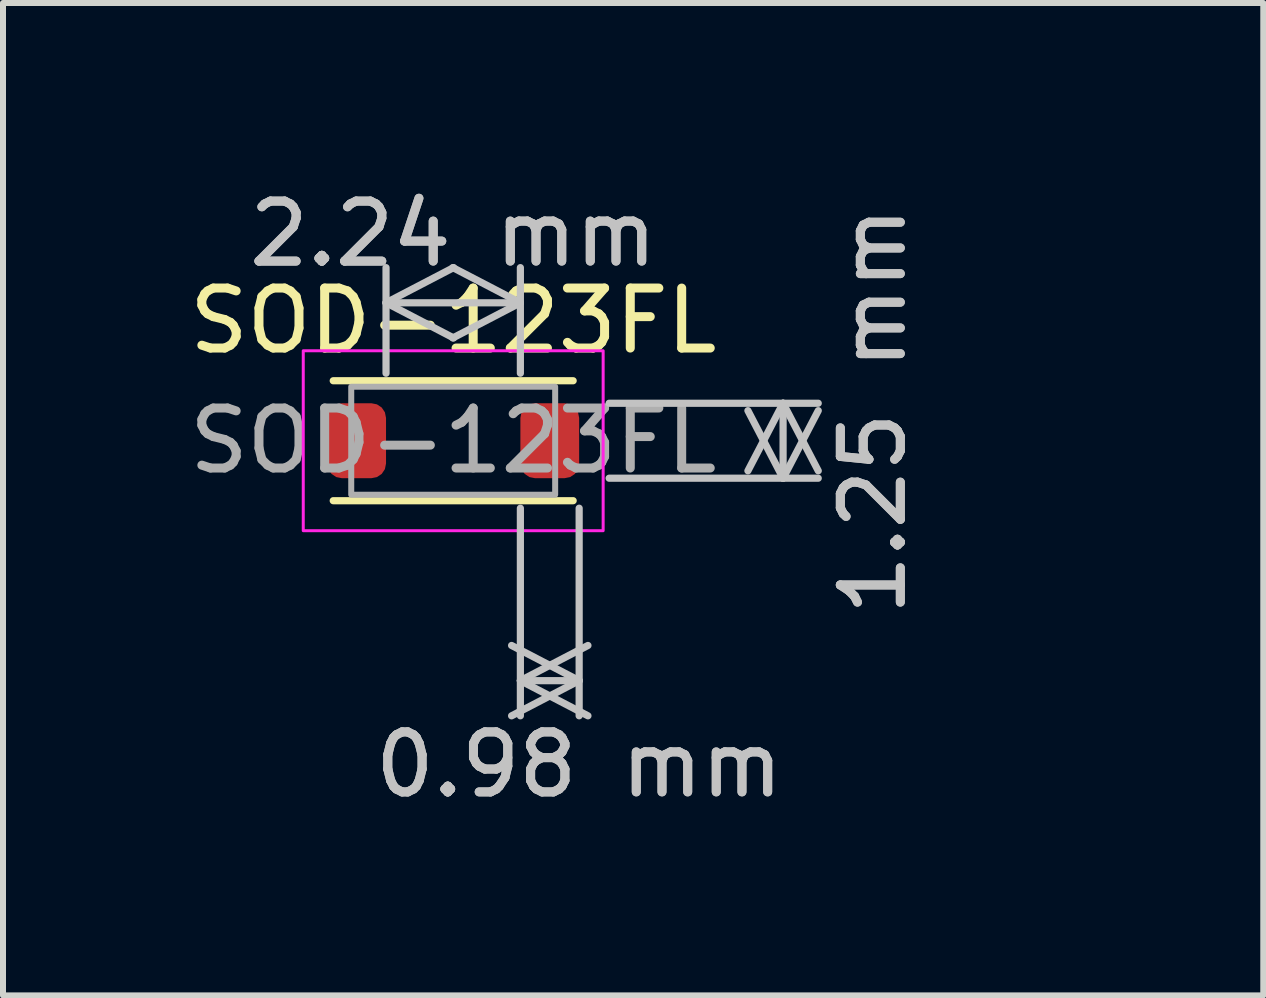
<source format=kicad_pcb>
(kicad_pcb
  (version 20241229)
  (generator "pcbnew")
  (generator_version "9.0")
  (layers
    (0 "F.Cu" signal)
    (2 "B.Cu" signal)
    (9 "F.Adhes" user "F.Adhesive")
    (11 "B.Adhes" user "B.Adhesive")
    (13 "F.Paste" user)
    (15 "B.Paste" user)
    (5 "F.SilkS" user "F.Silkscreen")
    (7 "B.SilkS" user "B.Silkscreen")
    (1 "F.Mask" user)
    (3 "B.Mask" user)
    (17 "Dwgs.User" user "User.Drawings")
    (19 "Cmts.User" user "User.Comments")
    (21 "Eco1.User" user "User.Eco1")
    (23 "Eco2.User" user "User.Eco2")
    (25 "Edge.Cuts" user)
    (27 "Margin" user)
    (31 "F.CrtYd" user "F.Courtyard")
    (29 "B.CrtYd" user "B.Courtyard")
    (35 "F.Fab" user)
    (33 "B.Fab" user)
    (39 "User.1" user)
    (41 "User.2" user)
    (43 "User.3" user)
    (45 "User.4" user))
  (footprint "SOD-123FL"
    (layer "F.Cu")
    (at 4.506 4.298)
    (property "Reference" "SOD-123FL" (at 0 -2 0) (unlocked yes) (layer "F.SilkS") (effects (font (size 1 1) (thickness 0.15))))
    (attr smd)
    (fp_line (start -2 -1) (end 2 -1) (stroke (width 0.12) (type default)) (layer "F.SilkS"))
    (fp_line (start -2 1) (end 2 1) (stroke (width 0.12) (type default)) (layer "F.SilkS"))
    (fp_rect (start -2.5 -1.5) (end 2.5 1.5) (stroke (width 0.05) (type default)) (fill no) (layer "F.CrtYd"))
    (fp_rect (start -1.7 -0.9) (end 1.7 0.9) (stroke (width 0.1) (type default)) (fill no) (layer "F.Fab"))
    (fp_text user "${REFERENCE}" (at 0 0 0) (unlocked yes) (layer "F.Fab") (effects (font (size 1 1) (thickness 0.15))))
    (dimension (type aligned) (layer "Dwgs.User") (pts (xy 6.606 4.923) (xy 5.626 4.923)) (height -3.375) (format (prefix "") (suffix "") (units 3) (units_format 1) (precision 4) (suppress_zeroes yes)) (style (thickness 0.12) (arrow_length 1.27) (text_position_mode 2) (arrow_direction outward) (extension_height 0.586) (extension_offset 0.5) (keep_text_aligned yes)) (gr_text "0.98 mm" (at 6.606 9.698 0) (layer "Dwgs.User") (effects (font (size 1 1) (thickness 0.15)))))
    (dimension (type aligned) (layer "Dwgs.User") (pts (xy 6.606 3.673) (xy 6.606 4.923)) (height -3.4) (format (prefix "") (suffix "") (units 3) (units_format 1) (precision 4) (suppress_zeroes yes)) (style (thickness 0.12) (arrow_length 1.27) (text_position_mode 2) (arrow_direction outward) (extension_height 0.586) (extension_offset 0.5) (keep_text_aligned yes)) (gr_text "1.25 mm" (at 11.506 3.798 90) (layer "Dwgs.User") (effects (font (size 1 1) (thickness 0.15)))))
    (dimension (type aligned) (layer "Dwgs.User") (pts (xy 5.626 3.673) (xy 3.386 3.673)) (height 1.675) (format (prefix "") (suffix "") (units 3) (units_format 1) (precision 4) (suppress_zeroes yes)) (style (thickness 0.12) (arrow_length 1.27) (text_position_mode 0) (arrow_direction outward) (extension_height 0.586) (extension_offset 0.5) (keep_text_aligned yes)) (gr_text "2.24 mm" (at 4.506 0.848 0) (layer "Dwgs.User") (effects (font (size 1 1) (thickness 0.15)))))
    (pad "1" smd roundrect (at -1.61 0) (size 0.98 1.25) (layers "F.Cu" "F.Mask" "F.Paste") (roundrect_rratio 0.25))
    (pad "2" smd roundrect (at 1.61 0) (size 0.98 1.25) (layers "F.Cu" "F.Mask" "F.Paste") (roundrect_rratio 0.25)))
  (gr_rect
    (start -3 -3)
    (end 18.012 13.546)
    (stroke (width 0.1) (type default))
    (fill no)
    (layer "Edge.Cuts")))
</source>
